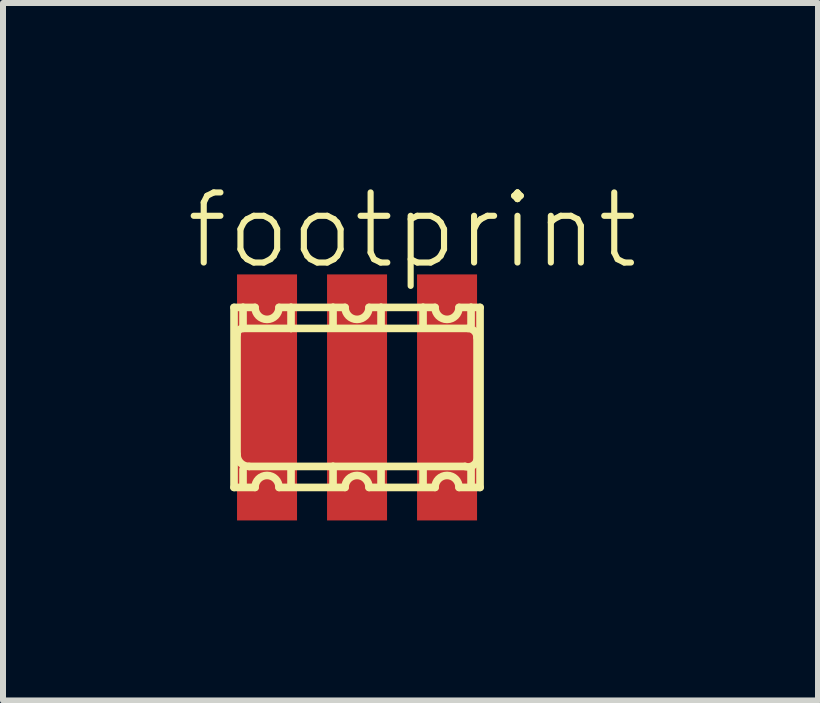
<source format=kicad_pcb>
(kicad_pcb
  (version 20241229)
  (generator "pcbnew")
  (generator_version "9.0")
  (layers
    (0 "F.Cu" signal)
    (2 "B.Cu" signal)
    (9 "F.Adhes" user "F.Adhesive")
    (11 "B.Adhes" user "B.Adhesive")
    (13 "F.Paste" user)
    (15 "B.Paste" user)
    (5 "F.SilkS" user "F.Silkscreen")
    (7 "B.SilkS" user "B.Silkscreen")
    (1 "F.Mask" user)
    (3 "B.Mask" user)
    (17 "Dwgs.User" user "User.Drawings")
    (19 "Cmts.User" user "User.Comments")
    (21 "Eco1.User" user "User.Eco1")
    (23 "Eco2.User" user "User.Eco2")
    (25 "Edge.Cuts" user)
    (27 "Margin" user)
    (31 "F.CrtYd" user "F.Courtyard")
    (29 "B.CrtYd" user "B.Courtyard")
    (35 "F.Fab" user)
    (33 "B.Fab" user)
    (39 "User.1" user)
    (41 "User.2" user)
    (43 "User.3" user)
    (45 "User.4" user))
  (footprint "footprint"
    (layer "F.Cu")
    (at 2.9 3.573)
    (property "Reference" "footprint" (at -2.9 -2.1 0) (layer "F.SilkS") (effects (font (size 1.168 1.168) (thickness 0.102)) (justify left bottom)))
    (fp_line (start -2.05 -1.5) (end -1.9 -1.5) (stroke (width 0.127) (type solid)) (layer "F.SilkS"))
    (fp_line (start -2.05 1.5) (end -2.05 -1.5) (stroke (width 0.127) (type solid)) (layer "F.SilkS"))
    (fp_line (start -2 -1.05) (end -2 0.95) (stroke (width 0.127) (type solid)) (layer "F.SilkS"))
    (fp_line (start -1.9 -1.5) (end -1.9 -1.2) (stroke (width 0.127) (type solid)) (layer "F.SilkS"))
    (fp_line (start -1.9 -1.5) (end -1.7 -1.5) (stroke (width 0.127) (type solid)) (layer "F.SilkS"))
    (fp_line (start -1.9 1.2) (end -1.9 1.45) (stroke (width 0.127) (type solid)) (layer "F.SilkS"))
    (fp_line (start -1.8 1.15) (end -0.4 1.15) (stroke (width 0.127) (type solid)) (layer "F.SilkS"))
    (fp_line (start -1.7 1.5) (end -2.05 1.5) (stroke (width 0.127) (type solid)) (layer "F.SilkS"))
    (fp_line (start -1.3 -1.5) (end -1.1 -1.5) (stroke (width 0.127) (type solid)) (layer "F.SilkS"))
    (fp_line (start -1.1 -1.5) (end -1.1 -1.15) (stroke (width 0.127) (type solid)) (layer "F.SilkS"))
    (fp_line (start -1.1 -1.5) (end -0.4 -1.5) (stroke (width 0.127) (type solid)) (layer "F.SilkS"))
    (fp_line (start -1.1 -1.15) (end -1.9 -1.15) (stroke (width 0.127) (type solid)) (layer "F.SilkS"))
    (fp_line (start -1.1 1.2) (end -1.1 1.45) (stroke (width 0.127) (type solid)) (layer "F.SilkS"))
    (fp_line (start -0.4 -1.5) (end -0.4 -1.2) (stroke (width 0.127) (type solid)) (layer "F.SilkS"))
    (fp_line (start -0.4 -1.5) (end -0.2 -1.5) (stroke (width 0.127) (type solid)) (layer "F.SilkS"))
    (fp_line (start -0.4 1.15) (end -0.4 1.45) (stroke (width 0.127) (type solid)) (layer "F.SilkS"))
    (fp_line (start -0.4 1.15) (end 1.8 1.15) (stroke (width 0.127) (type solid)) (layer "F.SilkS"))
    (fp_line (start -0.2 1.5) (end -1.3 1.5) (stroke (width 0.127) (type solid)) (layer "F.SilkS"))
    (fp_line (start 0.2 -1.5) (end 0.4 -1.5) (stroke (width 0.127) (type solid)) (layer "F.SilkS"))
    (fp_line (start 0.4 -1.5) (end 0.4 -1.2) (stroke (width 0.127) (type solid)) (layer "F.SilkS"))
    (fp_line (start 0.4 -1.5) (end 1.1 -1.5) (stroke (width 0.127) (type solid)) (layer "F.SilkS"))
    (fp_line (start 0.4 1.2) (end 0.4 1.45) (stroke (width 0.127) (type solid)) (layer "F.SilkS"))
    (fp_line (start 1.1 -1.5) (end 1.1 -1.2) (stroke (width 0.127) (type solid)) (layer "F.SilkS"))
    (fp_line (start 1.1 -1.5) (end 1.3 -1.5) (stroke (width 0.127) (type solid)) (layer "F.SilkS"))
    (fp_line (start 1.1 1.2) (end 1.1 1.45) (stroke (width 0.127) (type solid)) (layer "F.SilkS"))
    (fp_line (start 1.3 1.5) (end 0.2 1.5) (stroke (width 0.127) (type solid)) (layer "F.SilkS"))
    (fp_line (start 1.7 -1.5) (end 1.9 -1.5) (stroke (width 0.127) (type solid)) (layer "F.SilkS"))
    (fp_line (start 1.85 -1.15) (end -1.1 -1.15) (stroke (width 0.127) (type solid)) (layer "F.SilkS"))
    (fp_line (start 1.9 -1.5) (end 1.9 -1.2) (stroke (width 0.127) (type solid)) (layer "F.SilkS"))
    (fp_line (start 1.9 -1.5) (end 2.05 -1.5) (stroke (width 0.127) (type solid)) (layer "F.SilkS"))
    (fp_line (start 1.9 1.2) (end 1.9 1.45) (stroke (width 0.127) (type solid)) (layer "F.SilkS"))
    (fp_line (start 2 1.05) (end 2 -1) (stroke (width 0.127) (type solid)) (layer "F.SilkS"))
    (fp_line (start 2.05 -1.5) (end 2.05 1.5) (stroke (width 0.127) (type solid)) (layer "F.SilkS"))
    (fp_line (start 2.05 1.5) (end 1.7 1.5) (stroke (width 0.127) (type solid)) (layer "F.SilkS"))
    (fp_arc (start -2 -1.05) (mid -1.970711 -1.120711) (end -1.9 -1.15) (stroke (width 0.127) (type solid)) (layer "F.SilkS"))
    (fp_arc (start -1.8 1.15) (mid -1.941421 1.091421) (end -2 0.95) (stroke (width 0.127) (type solid)) (layer "F.SilkS"))
    (fp_arc (start -1.7 1.5) (mid -1.5 1.3) (end -1.3 1.5) (stroke (width 0.127) (type solid)) (layer "F.SilkS"))
    (fp_arc (start -1.3 -1.5) (mid -1.5 -1.3) (end -1.7 -1.5) (stroke (width 0.127) (type solid)) (layer "F.SilkS"))
    (fp_arc (start -0.2 1.5) (mid 0 1.3) (end 0.2 1.5) (stroke (width 0.127) (type solid)) (layer "F.SilkS"))
    (fp_arc (start 0.2 -1.5) (mid 0 -1.3) (end -0.2 -1.5) (stroke (width 0.127) (type solid)) (layer "F.SilkS"))
    (fp_arc (start 1.3 1.5) (mid 1.5 1.3) (end 1.7 1.5) (stroke (width 0.127) (type solid)) (layer "F.SilkS"))
    (fp_arc (start 1.7 -1.5) (mid 1.5 -1.3) (end 1.3 -1.5) (stroke (width 0.127) (type solid)) (layer "F.SilkS"))
    (fp_arc (start 1.85 -1.15) (mid 1.956066 -1.106066) (end 2 -1) (stroke (width 0.127) (type solid)) (layer "F.SilkS"))
    (fp_arc (start 2 1.05) (mid 1.920711 1.141421) (end 1.8 1.15) (stroke (width 0.127) (type solid)) (layer "F.SilkS"))
    (pad "1" smd rect (at -1.5 0 90) (size 4.1 1) (layers "F.Cu" "F.Mask" "F.Paste"))
    (pad "2" smd rect (at 0 0 90) (size 4.1 1) (layers "F.Cu" "F.Mask" "F.Paste"))
    (pad "3" smd rect (at 1.5 0 90) (size 4.1 1) (layers "F.Cu" "F.Mask" "F.Paste")))
  (gr_rect
    (start -3 -3)
    (end 10.582 8.623)
    (stroke (width 0.1) (type default))
    (fill no)
    (layer "Edge.Cuts")))
</source>
